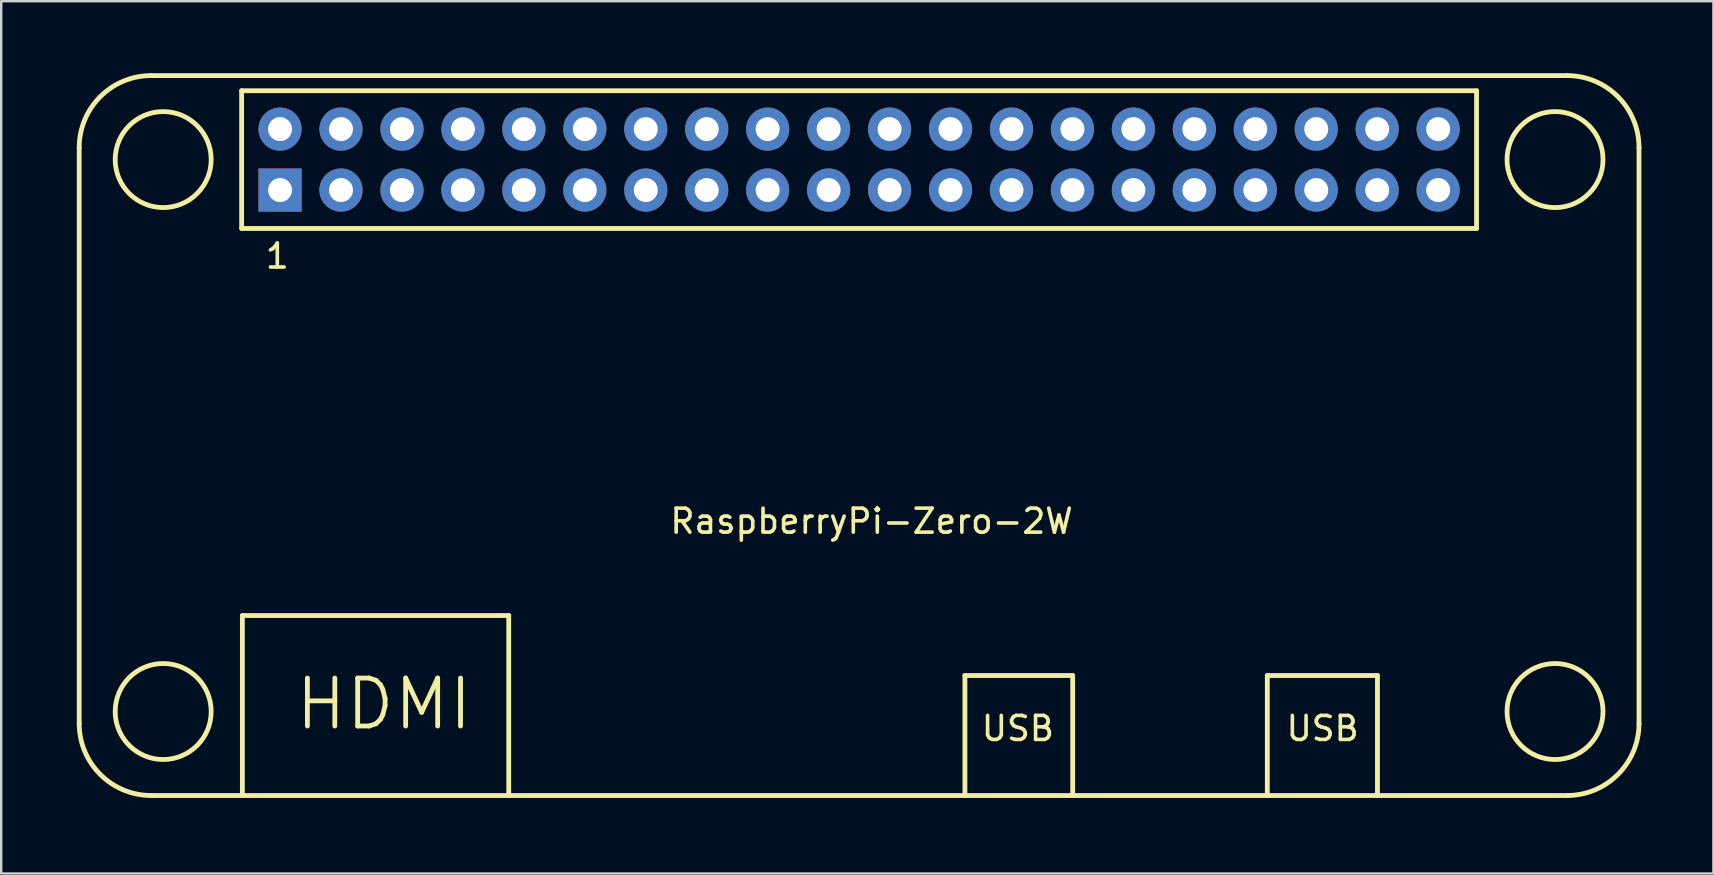
<source format=kicad_pcb>
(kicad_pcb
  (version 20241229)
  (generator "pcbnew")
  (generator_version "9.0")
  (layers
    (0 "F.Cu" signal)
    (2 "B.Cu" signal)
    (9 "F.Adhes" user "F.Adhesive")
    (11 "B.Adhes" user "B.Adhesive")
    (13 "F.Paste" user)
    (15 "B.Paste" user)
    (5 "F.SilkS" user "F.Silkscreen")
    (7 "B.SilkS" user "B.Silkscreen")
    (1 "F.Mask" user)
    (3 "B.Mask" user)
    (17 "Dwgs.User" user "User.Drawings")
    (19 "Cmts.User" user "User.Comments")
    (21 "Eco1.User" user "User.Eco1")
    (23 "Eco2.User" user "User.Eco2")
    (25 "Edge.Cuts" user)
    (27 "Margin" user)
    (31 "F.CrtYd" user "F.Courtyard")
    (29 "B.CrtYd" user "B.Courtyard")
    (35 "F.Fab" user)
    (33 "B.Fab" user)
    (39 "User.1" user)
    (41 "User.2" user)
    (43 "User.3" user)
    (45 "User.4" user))
  (footprint "RaspberryPi-Zero-2W"
    (layer "F.Cu")
    (at 0.25 30.1)
    (property "Reference" "RaspberryPi-Zero-2W" (at 33.02 -11.43 0) (layer "F.SilkS") (effects (font (size 1 1) (thickness 0.15))))
    (attr through_hole)
    (fp_line (start 0 -27) (end 0 -3) (stroke (width 0.2) (type solid)) (layer "F.SilkS"))
    (fp_line (start 3 0) (end 62 0) (stroke (width 0.2) (type solid)) (layer "F.SilkS"))
    (fp_line (start 6.77 -29.37) (end 58.23 -29.37) (stroke (width 0.2) (type solid)) (layer "F.SilkS"))
    (fp_line (start 6.77 -23.63) (end 6.77 -29.37) (stroke (width 0.2) (type solid)) (layer "F.SilkS"))
    (fp_line (start 6.8 -7.5) (end 17.9 -7.5) (stroke (width 0.2) (type solid)) (layer "F.SilkS"))
    (fp_line (start 6.8 0) (end 6.8 -7.5) (stroke (width 0.2) (type solid)) (layer "F.SilkS"))
    (fp_line (start 17.9 -7.5) (end 17.9 0) (stroke (width 0.2) (type solid)) (layer "F.SilkS"))
    (fp_line (start 36.91 -5) (end 41.4 -5) (stroke (width 0.2) (type solid)) (layer "F.SilkS"))
    (fp_line (start 36.91 0) (end 36.91 -5) (stroke (width 0.2) (type solid)) (layer "F.SilkS"))
    (fp_line (start 41.4 -5) (end 41.4 0) (stroke (width 0.2) (type solid)) (layer "F.SilkS"))
    (fp_line (start 49.51 -5) (end 54.1 -5) (stroke (width 0.2) (type solid)) (layer "F.SilkS"))
    (fp_line (start 49.51 0) (end 49.51 -5) (stroke (width 0.2) (type solid)) (layer "F.SilkS"))
    (fp_line (start 54.1 -5) (end 54.1 0) (stroke (width 0.2) (type solid)) (layer "F.SilkS"))
    (fp_line (start 58.23 -29.37) (end 58.23 -23.63) (stroke (width 0.2) (type solid)) (layer "F.SilkS"))
    (fp_line (start 58.23 -23.63) (end 6.77 -23.63) (stroke (width 0.2) (type solid)) (layer "F.SilkS"))
    (fp_line (start 62 -30) (end 3 -30) (stroke (width 0.2) (type solid)) (layer "F.SilkS"))
    (fp_line (start 65 -3) (end 65 -27) (stroke (width 0.2) (type solid)) (layer "F.SilkS"))
    (fp_arc (start 0 -27) (mid 0.87868 -29.12132) (end 3 -30) (stroke (width 0.2) (type solid)) (layer "F.SilkS"))
    (fp_arc (start 3 0) (mid 0.87868 -0.87868) (end 0 -3) (stroke (width 0.2) (type solid)) (layer "F.SilkS"))
    (fp_arc (start 62 -30) (mid 64.12132 -29.12132) (end 65 -27) (stroke (width 0.2) (type solid)) (layer "F.SilkS"))
    (fp_arc (start 65 -3) (mid 64.12132 -0.87868) (end 62 0) (stroke (width 0.2) (type solid)) (layer "F.SilkS"))
    (fp_circle (center 3.5 -26.5) (end 5.5 -26.5) (stroke (width 0.2) (type solid)) (fill no) (layer "F.SilkS"))
    (fp_circle (center 3.5 -3.5) (end 5.5 -3.5) (stroke (width 0.2) (type solid)) (fill no) (layer "F.SilkS"))
    (fp_circle (center 61.5 -26.5) (end 63.5 -26.5) (stroke (width 0.2) (type solid)) (fill no) (layer "F.SilkS"))
    (fp_circle (center 61.5 -3.5) (end 63.5 -3.5) (stroke (width 0.2) (type solid)) (fill no) (layer "F.SilkS"))
    (fp_text user "1" (at 8.255 -22.479 0) (layer "F.SilkS") (effects (font (size 1 1) (thickness 0.15))))
    (fp_text user "USB" (at 51.816 -2.794 0) (layer "F.SilkS") (effects (font (size 1 1) (thickness 0.15))))
    (fp_text user "USB" (at 39.116 -2.794 0) (layer "F.SilkS") (effects (font (size 1 1) (thickness 0.15))))
    (fp_text user "HDMI" (at 12.7 -3.81 0) (layer "F.SilkS") (effects (font (size 2 2) (thickness 0.2))))
    (pad "1" thru_hole rect (at 8.37 -25.23) (size 1.8 1.8) (drill 1) (layers "*.Cu" "*.Mask"))
    (pad "2" thru_hole circle (at 8.37 -27.77) (size 1.8 1.8) (drill 1) (layers "*.Cu" "*.Mask"))
    (pad "3" thru_hole circle (at 10.91 -25.23) (size 1.8 1.8) (drill 1) (layers "*.Cu" "*.Mask"))
    (pad "4" thru_hole circle (at 10.91 -27.77) (size 1.8 1.8) (drill 1) (layers "*.Cu" "*.Mask"))
    (pad "5" thru_hole circle (at 13.45 -25.23) (size 1.8 1.8) (drill 1) (layers "*.Cu" "*.Mask"))
    (pad "6" thru_hole circle (at 13.45 -27.77) (size 1.8 1.8) (drill 1) (layers "*.Cu" "*.Mask"))
    (pad "7" thru_hole circle (at 15.99 -25.23) (size 1.8 1.8) (drill 1) (layers "*.Cu" "*.Mask"))
    (pad "8" thru_hole circle (at 15.99 -27.77) (size 1.8 1.8) (drill 1) (layers "*.Cu" "*.Mask"))
    (pad "9" thru_hole circle (at 18.53 -25.23) (size 1.8 1.8) (drill 1) (layers "*.Cu" "*.Mask"))
    (pad "10" thru_hole circle (at 18.53 -27.77) (size 1.8 1.8) (drill 1) (layers "*.Cu" "*.Mask"))
    (pad "11" thru_hole circle (at 21.07 -25.23) (size 1.8 1.8) (drill 1) (layers "*.Cu" "*.Mask"))
    (pad "12" thru_hole circle (at 21.07 -27.77) (size 1.8 1.8) (drill 1) (layers "*.Cu" "*.Mask"))
    (pad "13" thru_hole circle (at 23.61 -25.23) (size 1.8 1.8) (drill 1) (layers "*.Cu" "*.Mask"))
    (pad "14" thru_hole circle (at 23.61 -27.77) (size 1.8 1.8) (drill 1) (layers "*.Cu" "*.Mask"))
    (pad "15" thru_hole circle (at 26.15 -25.23) (size 1.8 1.8) (drill 1) (layers "*.Cu" "*.Mask"))
    (pad "16" thru_hole circle (at 26.15 -27.77) (size 1.8 1.8) (drill 1) (layers "*.Cu" "*.Mask"))
    (pad "17" thru_hole circle (at 28.69 -25.23) (size 1.8 1.8) (drill 1) (layers "*.Cu" "*.Mask"))
    (pad "18" thru_hole circle (at 28.69 -27.77) (size 1.8 1.8) (drill 1) (layers "*.Cu" "*.Mask"))
    (pad "19" thru_hole circle (at 31.23 -25.23) (size 1.8 1.8) (drill 1) (layers "*.Cu" "*.Mask"))
    (pad "20" thru_hole circle (at 31.23 -27.77) (size 1.8 1.8) (drill 1) (layers "*.Cu" "*.Mask"))
    (pad "21" thru_hole circle (at 33.77 -25.23) (size 1.8 1.8) (drill 1) (layers "*.Cu" "*.Mask"))
    (pad "22" thru_hole circle (at 33.77 -27.77) (size 1.8 1.8) (drill 1) (layers "*.Cu" "*.Mask"))
    (pad "23" thru_hole circle (at 36.31 -25.23) (size 1.8 1.8) (drill 1) (layers "*.Cu" "*.Mask"))
    (pad "24" thru_hole circle (at 36.31 -27.77) (size 1.8 1.8) (drill 1) (layers "*.Cu" "*.Mask"))
    (pad "25" thru_hole circle (at 38.85 -25.23) (size 1.8 1.8) (drill 1) (layers "*.Cu" "*.Mask"))
    (pad "26" thru_hole circle (at 38.85 -27.77) (size 1.8 1.8) (drill 1) (layers "*.Cu" "*.Mask"))
    (pad "27" thru_hole circle (at 41.39 -25.23) (size 1.8 1.8) (drill 1) (layers "*.Cu" "*.Mask"))
    (pad "28" thru_hole circle (at 41.39 -27.77) (size 1.8 1.8) (drill 1) (layers "*.Cu" "*.Mask"))
    (pad "29" thru_hole circle (at 43.93 -25.23) (size 1.8 1.8) (drill 1) (layers "*.Cu" "*.Mask"))
    (pad "30" thru_hole circle (at 43.93 -27.77) (size 1.8 1.8) (drill 1) (layers "*.Cu" "*.Mask"))
    (pad "31" thru_hole circle (at 46.47 -25.23) (size 1.8 1.8) (drill 1) (layers "*.Cu" "*.Mask"))
    (pad "32" thru_hole circle (at 46.47 -27.77) (size 1.8 1.8) (drill 1) (layers "*.Cu" "*.Mask"))
    (pad "33" thru_hole circle (at 49.01 -25.23) (size 1.8 1.8) (drill 1) (layers "*.Cu" "*.Mask"))
    (pad "34" thru_hole circle (at 49.01 -27.77) (size 1.8 1.8) (drill 1) (layers "*.Cu" "*.Mask"))
    (pad "35" thru_hole circle (at 51.55 -25.23) (size 1.8 1.8) (drill 1) (layers "*.Cu" "*.Mask"))
    (pad "36" thru_hole circle (at 51.55 -27.77) (size 1.8 1.8) (drill 1) (layers "*.Cu" "*.Mask"))
    (pad "37" thru_hole circle (at 54.09 -25.23) (size 1.8 1.8) (drill 1) (layers "*.Cu" "*.Mask"))
    (pad "38" thru_hole circle (at 54.09 -27.77) (size 1.8 1.8) (drill 1) (layers "*.Cu" "*.Mask"))
    (pad "39" thru_hole circle (at 56.63 -25.23) (size 1.8 1.8) (drill 1) (layers "*.Cu" "*.Mask"))
    (pad "40" thru_hole circle (at 56.63 -27.77) (size 1.8 1.8) (drill 1) (layers "*.Cu" "*.Mask")))
  (gr_rect
    (start -3 -3)
    (end 68.35 33.35)
    (stroke (width 0.1) (type default))
    (fill no)
    (layer "Edge.Cuts")))
</source>
